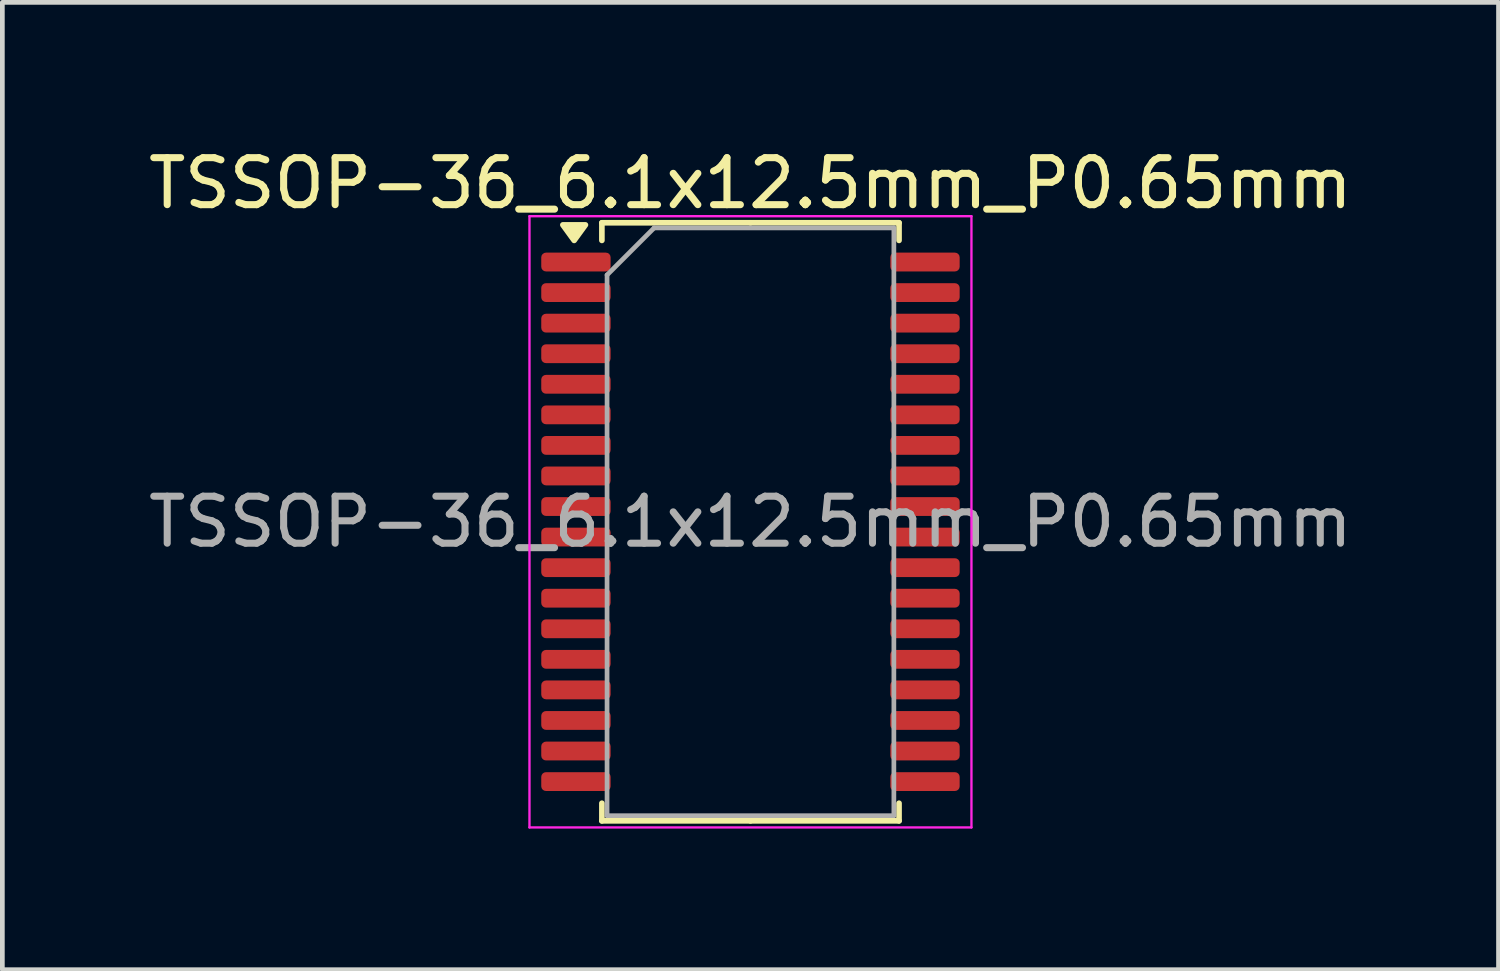
<source format=kicad_pcb>
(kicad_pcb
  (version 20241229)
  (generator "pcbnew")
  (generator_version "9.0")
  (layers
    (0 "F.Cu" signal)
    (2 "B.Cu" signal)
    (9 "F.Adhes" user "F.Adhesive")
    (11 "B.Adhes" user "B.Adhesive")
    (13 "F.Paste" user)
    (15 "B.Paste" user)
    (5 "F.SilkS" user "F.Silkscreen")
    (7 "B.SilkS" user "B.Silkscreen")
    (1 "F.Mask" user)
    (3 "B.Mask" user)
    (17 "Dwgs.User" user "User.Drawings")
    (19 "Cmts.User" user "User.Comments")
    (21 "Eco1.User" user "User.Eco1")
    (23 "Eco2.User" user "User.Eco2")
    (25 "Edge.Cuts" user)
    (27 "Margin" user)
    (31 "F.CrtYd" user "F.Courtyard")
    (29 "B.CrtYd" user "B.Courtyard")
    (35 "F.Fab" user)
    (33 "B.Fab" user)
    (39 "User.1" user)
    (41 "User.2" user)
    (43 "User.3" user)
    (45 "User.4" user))
  (footprint "TSSOP-36_6.1x12.5mm_P0.65mm"
    (layer "F.Cu")
    (at 12.911 8.048)
    (property "Reference" "TSSOP-36_6.1x12.5mm_P0.65mm" (at 0 -7.2 0) (layer "F.SilkS") (effects (font (size 1 1) (thickness 0.15))))
    (attr smd)
    (fp_line (start -3.16 -6.36) (end -3.16 -5.985) (stroke (width 0.12) (type solid)) (layer "F.SilkS"))
    (fp_line (start -3.16 6.36) (end -3.16 5.985) (stroke (width 0.12) (type solid)) (layer "F.SilkS"))
    (fp_line (start 0 -6.36) (end -3.16 -6.36) (stroke (width 0.12) (type solid)) (layer "F.SilkS"))
    (fp_line (start 0 -6.36) (end 3.16 -6.36) (stroke (width 0.12) (type solid)) (layer "F.SilkS"))
    (fp_line (start 0 6.36) (end -3.16 6.36) (stroke (width 0.12) (type solid)) (layer "F.SilkS"))
    (fp_line (start 0 6.36) (end 3.16 6.36) (stroke (width 0.12) (type solid)) (layer "F.SilkS"))
    (fp_line (start 3.16 -6.36) (end 3.16 -5.985) (stroke (width 0.12) (type solid)) (layer "F.SilkS"))
    (fp_line (start 3.16 6.36) (end 3.16 5.985) (stroke (width 0.12) (type solid)) (layer "F.SilkS"))
    (fp_poly (pts (xy -3.75 -5.985) (xy -3.99 -6.315) (xy -3.51 -6.315) (xy -3.75 -5.985)) (stroke (width 0.12) (type solid)) (fill yes) (layer "F.SilkS"))
    (fp_line (start -4.7 -6.5) (end -4.7 6.5) (stroke (width 0.05) (type solid)) (layer "F.CrtYd"))
    (fp_line (start -4.7 6.5) (end 4.7 6.5) (stroke (width 0.05) (type solid)) (layer "F.CrtYd"))
    (fp_line (start 4.7 -6.5) (end -4.7 -6.5) (stroke (width 0.05) (type solid)) (layer "F.CrtYd"))
    (fp_line (start 4.7 6.5) (end 4.7 -6.5) (stroke (width 0.05) (type solid)) (layer "F.CrtYd"))
    (fp_line (start -3.05 -5.25) (end -2.05 -6.25) (stroke (width 0.1) (type solid)) (layer "F.Fab"))
    (fp_line (start -3.05 6.25) (end -3.05 -5.25) (stroke (width 0.1) (type solid)) (layer "F.Fab"))
    (fp_line (start -2.05 -6.25) (end 3.05 -6.25) (stroke (width 0.1) (type solid)) (layer "F.Fab"))
    (fp_line (start 3.05 -6.25) (end 3.05 6.25) (stroke (width 0.1) (type solid)) (layer "F.Fab"))
    (fp_line (start 3.05 6.25) (end -3.05 6.25) (stroke (width 0.1) (type solid)) (layer "F.Fab"))
    (fp_text user "${REFERENCE}" (at 0 0 0) (layer "F.Fab") (effects (font (size 1 1) (thickness 0.15))))
    (pad "1" smd roundrect (at -3.712 -5.525) (size 1.475 0.4) (layers "F.Cu" "F.Mask" "F.Paste") (roundrect_rratio 0.25))
    (pad "2" smd roundrect (at -3.712 -4.875) (size 1.475 0.4) (layers "F.Cu" "F.Mask" "F.Paste") (roundrect_rratio 0.25))
    (pad "3" smd roundrect (at -3.712 -4.225) (size 1.475 0.4) (layers "F.Cu" "F.Mask" "F.Paste") (roundrect_rratio 0.25))
    (pad "4" smd roundrect (at -3.712 -3.575) (size 1.475 0.4) (layers "F.Cu" "F.Mask" "F.Paste") (roundrect_rratio 0.25))
    (pad "5" smd roundrect (at -3.712 -2.925) (size 1.475 0.4) (layers "F.Cu" "F.Mask" "F.Paste") (roundrect_rratio 0.25))
    (pad "6" smd roundrect (at -3.712 -2.275) (size 1.475 0.4) (layers "F.Cu" "F.Mask" "F.Paste") (roundrect_rratio 0.25))
    (pad "7" smd roundrect (at -3.712 -1.625) (size 1.475 0.4) (layers "F.Cu" "F.Mask" "F.Paste") (roundrect_rratio 0.25))
    (pad "8" smd roundrect (at -3.712 -0.975) (size 1.475 0.4) (layers "F.Cu" "F.Mask" "F.Paste") (roundrect_rratio 0.25))
    (pad "9" smd roundrect (at -3.712 -0.325) (size 1.475 0.4) (layers "F.Cu" "F.Mask" "F.Paste") (roundrect_rratio 0.25))
    (pad "10" smd roundrect (at -3.712 0.325) (size 1.475 0.4) (layers "F.Cu" "F.Mask" "F.Paste") (roundrect_rratio 0.25))
    (pad "11" smd roundrect (at -3.712 0.975) (size 1.475 0.4) (layers "F.Cu" "F.Mask" "F.Paste") (roundrect_rratio 0.25))
    (pad "12" smd roundrect (at -3.712 1.625) (size 1.475 0.4) (layers "F.Cu" "F.Mask" "F.Paste") (roundrect_rratio 0.25))
    (pad "13" smd roundrect (at -3.712 2.275) (size 1.475 0.4) (layers "F.Cu" "F.Mask" "F.Paste") (roundrect_rratio 0.25))
    (pad "14" smd roundrect (at -3.712 2.925) (size 1.475 0.4) (layers "F.Cu" "F.Mask" "F.Paste") (roundrect_rratio 0.25))
    (pad "15" smd roundrect (at -3.712 3.575) (size 1.475 0.4) (layers "F.Cu" "F.Mask" "F.Paste") (roundrect_rratio 0.25))
    (pad "16" smd roundrect (at -3.712 4.225) (size 1.475 0.4) (layers "F.Cu" "F.Mask" "F.Paste") (roundrect_rratio 0.25))
    (pad "17" smd roundrect (at -3.712 4.875) (size 1.475 0.4) (layers "F.Cu" "F.Mask" "F.Paste") (roundrect_rratio 0.25))
    (pad "18" smd roundrect (at -3.712 5.525) (size 1.475 0.4) (layers "F.Cu" "F.Mask" "F.Paste") (roundrect_rratio 0.25))
    (pad "19" smd roundrect (at 3.712 5.525) (size 1.475 0.4) (layers "F.Cu" "F.Mask" "F.Paste") (roundrect_rratio 0.25))
    (pad "20" smd roundrect (at 3.712 4.875) (size 1.475 0.4) (layers "F.Cu" "F.Mask" "F.Paste") (roundrect_rratio 0.25))
    (pad "21" smd roundrect (at 3.712 4.225) (size 1.475 0.4) (layers "F.Cu" "F.Mask" "F.Paste") (roundrect_rratio 0.25))
    (pad "22" smd roundrect (at 3.712 3.575) (size 1.475 0.4) (layers "F.Cu" "F.Mask" "F.Paste") (roundrect_rratio 0.25))
    (pad "23" smd roundrect (at 3.712 2.925) (size 1.475 0.4) (layers "F.Cu" "F.Mask" "F.Paste") (roundrect_rratio 0.25))
    (pad "24" smd roundrect (at 3.712 2.275) (size 1.475 0.4) (layers "F.Cu" "F.Mask" "F.Paste") (roundrect_rratio 0.25))
    (pad "25" smd roundrect (at 3.712 1.625) (size 1.475 0.4) (layers "F.Cu" "F.Mask" "F.Paste") (roundrect_rratio 0.25))
    (pad "26" smd roundrect (at 3.712 0.975) (size 1.475 0.4) (layers "F.Cu" "F.Mask" "F.Paste") (roundrect_rratio 0.25))
    (pad "27" smd roundrect (at 3.712 0.325) (size 1.475 0.4) (layers "F.Cu" "F.Mask" "F.Paste") (roundrect_rratio 0.25))
    (pad "28" smd roundrect (at 3.712 -0.325) (size 1.475 0.4) (layers "F.Cu" "F.Mask" "F.Paste") (roundrect_rratio 0.25))
    (pad "29" smd roundrect (at 3.712 -0.975) (size 1.475 0.4) (layers "F.Cu" "F.Mask" "F.Paste") (roundrect_rratio 0.25))
    (pad "30" smd roundrect (at 3.712 -1.625) (size 1.475 0.4) (layers "F.Cu" "F.Mask" "F.Paste") (roundrect_rratio 0.25))
    (pad "31" smd roundrect (at 3.712 -2.275) (size 1.475 0.4) (layers "F.Cu" "F.Mask" "F.Paste") (roundrect_rratio 0.25))
    (pad "32" smd roundrect (at 3.712 -2.925) (size 1.475 0.4) (layers "F.Cu" "F.Mask" "F.Paste") (roundrect_rratio 0.25))
    (pad "33" smd roundrect (at 3.712 -3.575) (size 1.475 0.4) (layers "F.Cu" "F.Mask" "F.Paste") (roundrect_rratio 0.25))
    (pad "34" smd roundrect (at 3.712 -4.225) (size 1.475 0.4) (layers "F.Cu" "F.Mask" "F.Paste") (roundrect_rratio 0.25))
    (pad "35" smd roundrect (at 3.712 -4.875) (size 1.475 0.4) (layers "F.Cu" "F.Mask" "F.Paste") (roundrect_rratio 0.25))
    (pad "36" smd roundrect (at 3.712 -5.525) (size 1.475 0.4) (layers "F.Cu" "F.Mask" "F.Paste") (roundrect_rratio 0.25)))
  (gr_rect
    (start -3 -3)
    (end 28.821 17.573)
    (stroke (width 0.1) (type default))
    (fill no)
    (layer "Edge.Cuts")))
</source>
